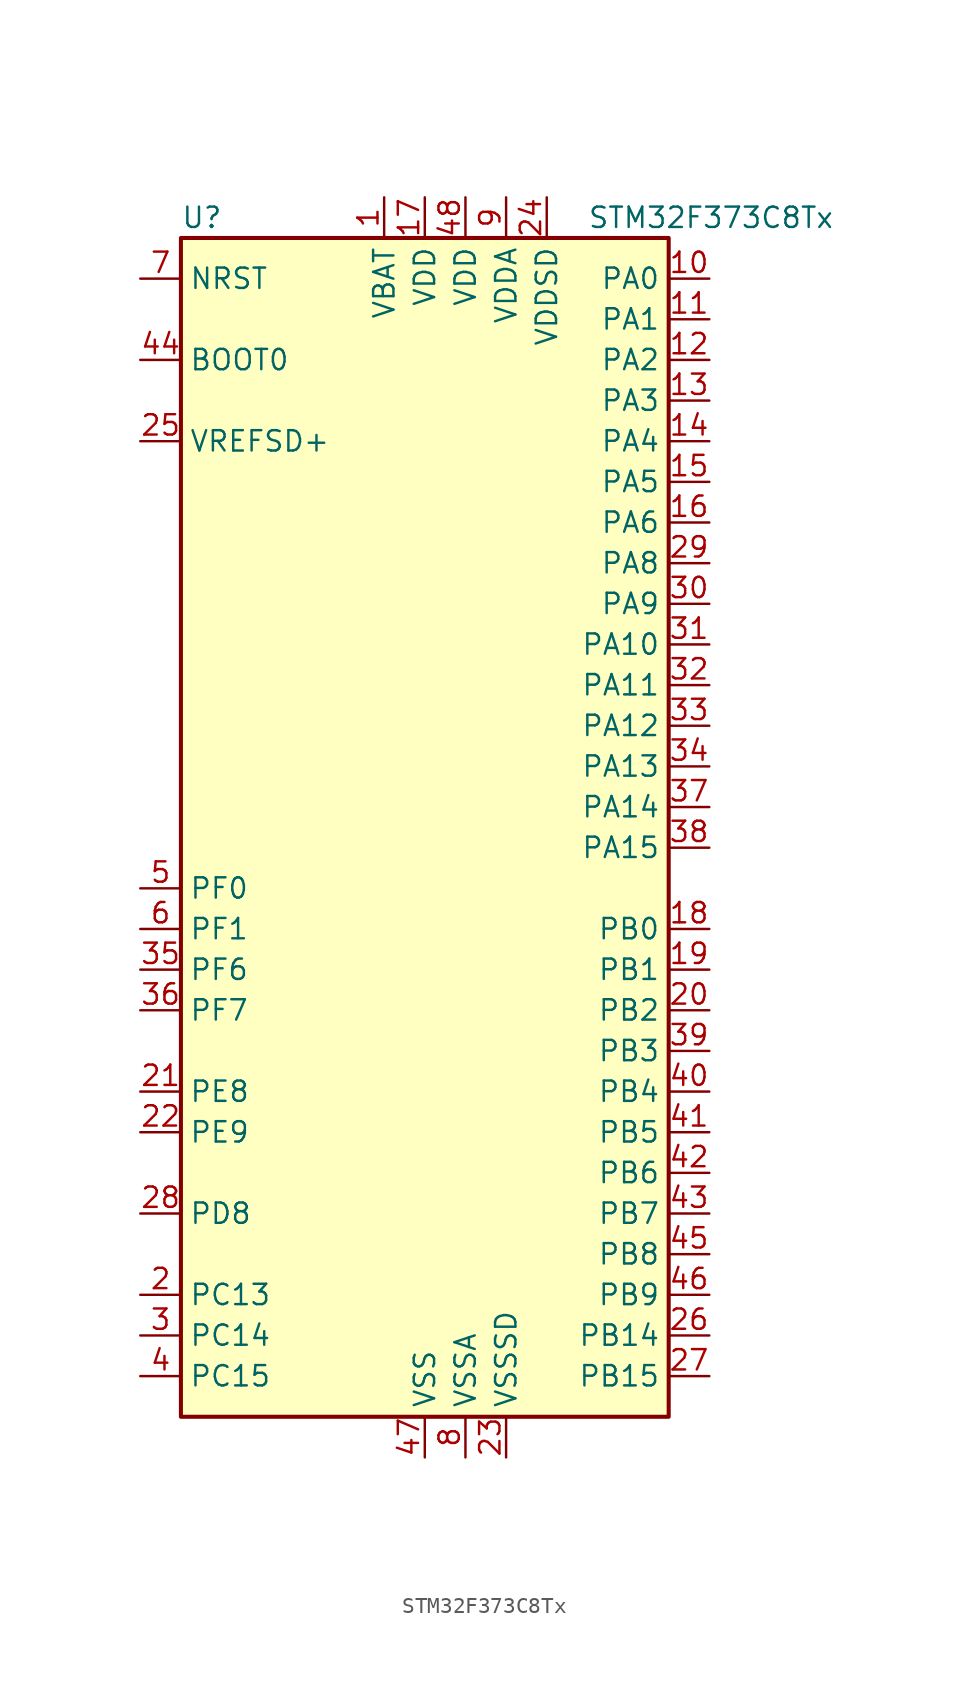
<source format=kicad_sym>
(kicad_symbol_lib
  (version 20201005)
  (generator kicad_symbol_editor)
  (symbol "MCU_ST_STM32F3:STM32F373C8Tx"
    (property "Reference" "U"
      (at -15.24 36.83 0)
      (effects (font (size 1.27 1.27)) (justify left)))
    (property "Value" "STM32F373C8Tx"
      (at 10.16 36.83 0)
      (effects (font (size 1.27 1.27)) (justify left)))
    (symbol "STM32F373C8Tx_0_1"
      (rectangle (start -15.24 -38.1) (end 15.24 35.56) (stroke (width 0.254)) (fill (type background))))
    (symbol "STM32F373C8Tx_1_1"
      (pin input line (at -17.78 27.94 0) (length 2.54) (name "BOOT0" (effects (font (size 1.27 1.27)))) (number "44" (effects (font (size 1.27 1.27)))))
      (pin input line (at -17.78 33.02 0) (length 2.54) (name "NRST" (effects (font (size 1.27 1.27)))) (number "7" (effects (font (size 1.27 1.27)))))
      (pin bidirectional line (at 17.78 33.02 180) (length 2.54) (name "PA0" (effects (font (size 1.27 1.27)))) (number "10" (effects (font (size 1.27 1.27)))))
      (pin bidirectional line (at 17.78 30.48 180) (length 2.54) (name "PA1" (effects (font (size 1.27 1.27)))) (number "11" (effects (font (size 1.27 1.27)))))
      (pin bidirectional line (at 17.78 10.16 180) (length 2.54) (name "PA10" (effects (font (size 1.27 1.27)))) (number "31" (effects (font (size 1.27 1.27)))))
      (pin bidirectional line (at 17.78 7.62 180) (length 2.54) (name "PA11" (effects (font (size 1.27 1.27)))) (number "32" (effects (font (size 1.27 1.27)))))
      (pin bidirectional line (at 17.78 5.08 180) (length 2.54) (name "PA12" (effects (font (size 1.27 1.27)))) (number "33" (effects (font (size 1.27 1.27)))))
      (pin bidirectional line (at 17.78 2.54 180) (length 2.54) (name "PA13" (effects (font (size 1.27 1.27)))) (number "34" (effects (font (size 1.27 1.27)))))
      (pin bidirectional line (at 17.78 0 180) (length 2.54) (name "PA14" (effects (font (size 1.27 1.27)))) (number "37" (effects (font (size 1.27 1.27)))))
      (pin bidirectional line (at 17.78 -2.54 180) (length 2.54) (name "PA15" (effects (font (size 1.27 1.27)))) (number "38" (effects (font (size 1.27 1.27)))))
      (pin bidirectional line (at 17.78 27.94 180) (length 2.54) (name "PA2" (effects (font (size 1.27 1.27)))) (number "12" (effects (font (size 1.27 1.27)))))
      (pin bidirectional line (at 17.78 25.4 180) (length 2.54) (name "PA3" (effects (font (size 1.27 1.27)))) (number "13" (effects (font (size 1.27 1.27)))))
      (pin bidirectional line (at 17.78 22.86 180) (length 2.54) (name "PA4" (effects (font (size 1.27 1.27)))) (number "14" (effects (font (size 1.27 1.27)))))
      (pin bidirectional line (at 17.78 20.32 180) (length 2.54) (name "PA5" (effects (font (size 1.27 1.27)))) (number "15" (effects (font (size 1.27 1.27)))))
      (pin bidirectional line (at 17.78 17.78 180) (length 2.54) (name "PA6" (effects (font (size 1.27 1.27)))) (number "16" (effects (font (size 1.27 1.27)))))
      (pin bidirectional line (at 17.78 15.24 180) (length 2.54) (name "PA8" (effects (font (size 1.27 1.27)))) (number "29" (effects (font (size 1.27 1.27)))))
      (pin bidirectional line (at 17.78 12.7 180) (length 2.54) (name "PA9" (effects (font (size 1.27 1.27)))) (number "30" (effects (font (size 1.27 1.27)))))
      (pin bidirectional line (at 17.78 -7.62 180) (length 2.54) (name "PB0" (effects (font (size 1.27 1.27)))) (number "18" (effects (font (size 1.27 1.27)))))
      (pin bidirectional line (at 17.78 -10.16 180) (length 2.54) (name "PB1" (effects (font (size 1.27 1.27)))) (number "19" (effects (font (size 1.27 1.27)))))
      (pin bidirectional line (at 17.78 -33.02 180) (length 2.54) (name "PB14" (effects (font (size 1.27 1.27)))) (number "26" (effects (font (size 1.27 1.27)))))
      (pin bidirectional line (at 17.78 -35.56 180) (length 2.54) (name "PB15" (effects (font (size 1.27 1.27)))) (number "27" (effects (font (size 1.27 1.27)))))
      (pin bidirectional line (at 17.78 -12.7 180) (length 2.54) (name "PB2" (effects (font (size 1.27 1.27)))) (number "20" (effects (font (size 1.27 1.27)))))
      (pin bidirectional line (at 17.78 -15.24 180) (length 2.54) (name "PB3" (effects (font (size 1.27 1.27)))) (number "39" (effects (font (size 1.27 1.27)))))
      (pin bidirectional line (at 17.78 -17.78 180) (length 2.54) (name "PB4" (effects (font (size 1.27 1.27)))) (number "40" (effects (font (size 1.27 1.27)))))
      (pin bidirectional line (at 17.78 -20.32 180) (length 2.54) (name "PB5" (effects (font (size 1.27 1.27)))) (number "41" (effects (font (size 1.27 1.27)))))
      (pin bidirectional line (at 17.78 -22.86 180) (length 2.54) (name "PB6" (effects (font (size 1.27 1.27)))) (number "42" (effects (font (size 1.27 1.27)))))
      (pin bidirectional line (at 17.78 -25.4 180) (length 2.54) (name "PB7" (effects (font (size 1.27 1.27)))) (number "43" (effects (font (size 1.27 1.27)))))
      (pin bidirectional line (at 17.78 -27.94 180) (length 2.54) (name "PB8" (effects (font (size 1.27 1.27)))) (number "45" (effects (font (size 1.27 1.27)))))
      (pin bidirectional line (at 17.78 -30.48 180) (length 2.54) (name "PB9" (effects (font (size 1.27 1.27)))) (number "46" (effects (font (size 1.27 1.27)))))
      (pin bidirectional line (at -17.78 -30.48 0) (length 2.54) (name "PC13" (effects (font (size 1.27 1.27)))) (number "2" (effects (font (size 1.27 1.27)))))
      (pin bidirectional line (at -17.78 -33.02 0) (length 2.54) (name "PC14" (effects (font (size 1.27 1.27)))) (number "3" (effects (font (size 1.27 1.27)))))
      (pin bidirectional line (at -17.78 -35.56 0) (length 2.54) (name "PC15" (effects (font (size 1.27 1.27)))) (number "4" (effects (font (size 1.27 1.27)))))
      (pin bidirectional line (at -17.78 -25.4 0) (length 2.54) (name "PD8" (effects (font (size 1.27 1.27)))) (number "28" (effects (font (size 1.27 1.27)))))
      (pin bidirectional line (at -17.78 -17.78 0) (length 2.54) (name "PE8" (effects (font (size 1.27 1.27)))) (number "21" (effects (font (size 1.27 1.27)))))
      (pin bidirectional line (at -17.78 -20.32 0) (length 2.54) (name "PE9" (effects (font (size 1.27 1.27)))) (number "22" (effects (font (size 1.27 1.27)))))
      (pin input line (at -17.78 -5.08 0) (length 2.54) (name "PF0" (effects (font (size 1.27 1.27)))) (number "5" (effects (font (size 1.27 1.27)))))
      (pin input line (at -17.78 -7.62 0) (length 2.54) (name "PF1" (effects (font (size 1.27 1.27)))) (number "6" (effects (font (size 1.27 1.27)))))
      (pin bidirectional line (at -17.78 -10.16 0) (length 2.54) (name "PF6" (effects (font (size 1.27 1.27)))) (number "35" (effects (font (size 1.27 1.27)))))
      (pin bidirectional line (at -17.78 -12.7 0) (length 2.54) (name "PF7" (effects (font (size 1.27 1.27)))) (number "36" (effects (font (size 1.27 1.27)))))
      (pin power_in line (at -2.54 38.1 270) (length 2.54) (name "VBAT" (effects (font (size 1.27 1.27)))) (number "1" (effects (font (size 1.27 1.27)))))
      (pin power_in line (at 0 38.1 270) (length 2.54) (name "VDD" (effects (font (size 1.27 1.27)))) (number "17" (effects (font (size 1.27 1.27)))))
      (pin power_in line (at 2.54 38.1 270) (length 2.54) (name "VDD" (effects (font (size 1.27 1.27)))) (number "48" (effects (font (size 1.27 1.27)))))
      (pin power_in line (at 5.08 38.1 270) (length 2.54) (name "VDDA" (effects (font (size 1.27 1.27)))) (number "9" (effects (font (size 1.27 1.27)))))
      (pin power_in line (at 7.62 38.1 270) (length 2.54) (name "VDDSD" (effects (font (size 1.27 1.27)))) (number "24" (effects (font (size 1.27 1.27)))))
      (pin power_in line (at -17.78 22.86 0) (length 2.54) (name "VREFSD+" (effects (font (size 1.27 1.27)))) (number "25" (effects (font (size 1.27 1.27)))))
      (pin power_in line (at 0 -40.64 90) (length 2.54) (name "VSS" (effects (font (size 1.27 1.27)))) (number "47" (effects (font (size 1.27 1.27)))))
      (pin power_in line (at 2.54 -40.64 90) (length 2.54) (name "VSSA" (effects (font (size 1.27 1.27)))) (number "8" (effects (font (size 1.27 1.27)))))
      (pin power_in line (at 5.08 -40.64 90) (length 2.54) (name "VSSSD" (effects (font (size 1.27 1.27)))) (number "23" (effects (font (size 1.27 1.27))))))))
</source>
